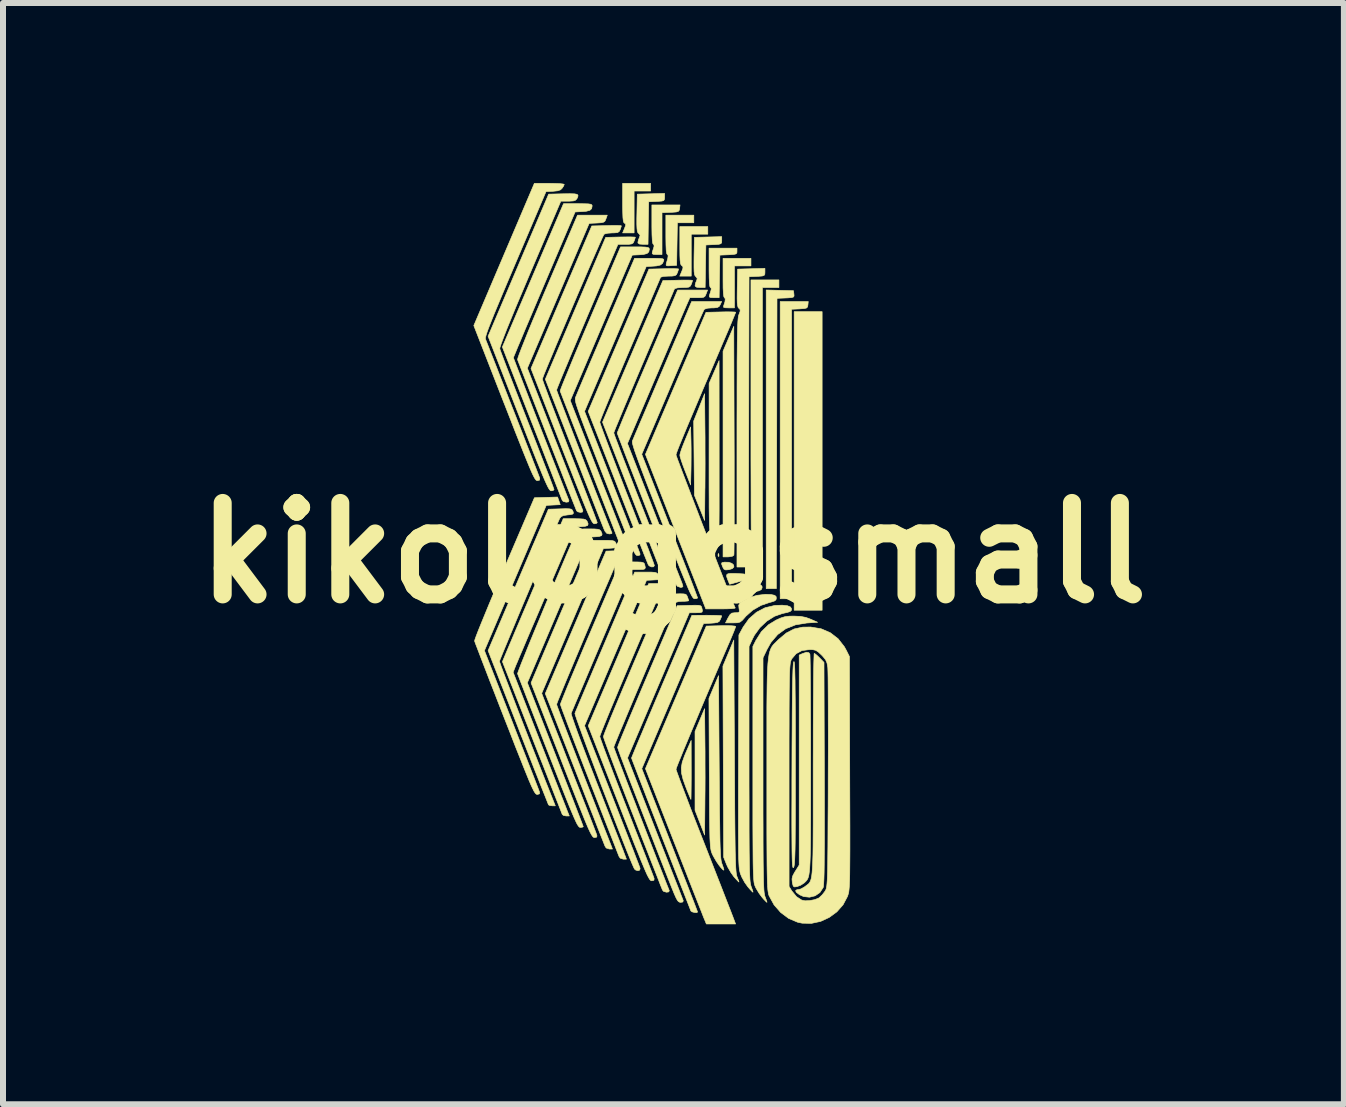
<source format=kicad_pcb>
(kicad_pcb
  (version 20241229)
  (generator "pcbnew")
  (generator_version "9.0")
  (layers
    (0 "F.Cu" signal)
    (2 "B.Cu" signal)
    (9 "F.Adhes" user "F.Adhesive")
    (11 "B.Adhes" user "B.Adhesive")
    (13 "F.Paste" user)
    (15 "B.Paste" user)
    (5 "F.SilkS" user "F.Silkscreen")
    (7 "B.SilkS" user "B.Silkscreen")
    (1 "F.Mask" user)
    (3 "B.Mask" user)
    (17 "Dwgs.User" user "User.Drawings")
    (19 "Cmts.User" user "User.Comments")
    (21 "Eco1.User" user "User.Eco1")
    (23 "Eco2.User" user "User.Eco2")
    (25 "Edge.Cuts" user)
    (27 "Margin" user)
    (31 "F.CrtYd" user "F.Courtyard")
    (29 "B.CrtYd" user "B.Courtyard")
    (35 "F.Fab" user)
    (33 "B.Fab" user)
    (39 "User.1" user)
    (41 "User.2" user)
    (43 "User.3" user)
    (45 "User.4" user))
  (footprint "kikologosmall"
    (layer "F.Cu")
    (at 8.172 6.165)
    (property "Reference" "kikologosmall" (at 0 0 0) (layer "F.SilkS") (effects (font (size 1.524 1.524) (thickness 0.3))))
    (attr through_hole)
    (fp_poly (pts (xy 2.477 0.953) (xy 2.011 0.953) (xy 2.011 -4.022) (xy 2.477 -4.022) (xy 2.477 0.953)) (stroke (width 0.01) (type solid)) (fill yes) (layer "F.SilkS"))
    (fp_poly (pts (xy 0.755 0.017) (xy 0.758 0.05) (xy 0.754 0.058) (xy 0.744 0.051) (xy 0.743 0.03) (xy 0.748 0.007) (xy 0.755 0.017)) (stroke (width 0.01) (type solid)) (fill yes) (layer "F.SilkS"))
    (fp_poly (pts (xy 2.24 -4.133) (xy 2.234 -4.101) (xy 2.217 -4.083) (xy 2.181 -4.074) (xy 2.113 -4.069) (xy 2.101 -4.068) (xy 1.968 -4.062) (xy 1.968 0.762) (xy 1.778 0.762) (xy 1.778 -4.191) (xy 2.246 -4.191) (xy 2.24 -4.133)) (stroke (width 0.01) (type solid)) (fill yes) (layer "F.SilkS"))
    (fp_poly (pts (xy 0.524 -2.12) (xy 0.526 -1.931) (xy 0.526 -1.718) (xy 0.527 -1.497) (xy 0.526 -1.283) (xy 0.525 -1.092) (xy 0.524 -1.063) (xy 0.519 -0.542) (xy 0.349 -0.963) (xy 0.343 -1.581) (xy 0.337 -2.2) (xy 0.428 -2.427) (xy 0.519 -2.655) (xy 0.524 -2.12)) (stroke (width 0.01) (type solid)) (fill yes) (layer "F.SilkS"))
    (fp_poly (pts (xy 1.773 -4.377) (xy 2 -4.371) (xy 2.007 -4.314) (xy 2.009 -4.283) (xy 1.999 -4.266) (xy 1.969 -4.257) (xy 1.911 -4.252) (xy 1.869 -4.25) (xy 1.725 -4.244) (xy 1.72 -1.826) (xy 1.714 0.593) (xy 1.545 0.593) (xy 1.545 -4.383) (xy 1.773 -4.377)) (stroke (width 0.01) (type solid)) (fill yes) (layer "F.SilkS"))
    (fp_poly (pts (xy 0.524 3.115) (xy 0.526 3.301) (xy 0.526 3.513) (xy 0.527 3.735) (xy 0.526 3.951) (xy 0.524 4.144) (xy 0.524 4.169) (xy 0.519 4.699) (xy 0.439 4.493) (xy 0.359 4.286) (xy 0.359 3.63) (xy 0.359 2.974) (xy 0.439 2.783) (xy 0.519 2.593) (xy 0.524 3.115)) (stroke (width 0.01) (type solid)) (fill yes) (layer "F.SilkS"))
    (fp_poly (pts (xy 0.919 0.154) (xy 0.973 0.172) (xy 1.003 0.2) (xy 1.007 0.232) (xy 0.98 0.26) (xy 0.925 0.277) (xy 0.871 0.282) (xy 0.842 0.27) (xy 0.82 0.232) (xy 0.817 0.224) (xy 0.801 0.18) (xy 0.808 0.16) (xy 0.843 0.153) (xy 0.846 0.152) (xy 0.919 0.154)) (stroke (width 0.01) (type solid)) (fill yes) (layer "F.SilkS"))
    (fp_poly (pts (xy -0.381 -6.032) (xy -0.656 -6.032) (xy -0.656 -5.334) (xy -0.847 -5.334) (xy -0.816 -5.409) (xy -0.797 -5.459) (xy -0.798 -5.484) (xy -0.816 -5.496) (xy -0.828 -5.508) (xy -0.836 -5.536) (xy -0.842 -5.586) (xy -0.845 -5.665) (xy -0.847 -5.778) (xy -0.847 -5.834) (xy -0.847 -6.16) (xy -0.381 -6.16) (xy -0.381 -6.032)) (stroke (width 0.01) (type solid)) (fill yes) (layer "F.SilkS"))
    (fp_poly (pts (xy 0.292 -1.866) (xy 0.294 -1.74) (xy 0.294 -1.594) (xy 0.293 -1.452) (xy 0.292 -1.383) (xy 0.286 -1.134) (xy 0.196 -1.362) (xy 0.16 -1.456) (xy 0.131 -1.539) (xy 0.112 -1.601) (xy 0.106 -1.631) (xy 0.114 -1.667) (xy 0.135 -1.732) (xy 0.167 -1.815) (xy 0.196 -1.887) (xy 0.286 -2.101) (xy 0.292 -1.866)) (stroke (width 0.01) (type solid)) (fill yes) (layer "F.SilkS"))
    (fp_poly (pts (xy 0.572 -5.313) (xy 0.296 -5.313) (xy 0.296 -4.614) (xy 0.105 -4.614) (xy 0.138 -4.693) (xy 0.157 -4.744) (xy 0.158 -4.771) (xy 0.14 -4.788) (xy 0.138 -4.789) (xy 0.125 -4.803) (xy 0.116 -4.831) (xy 0.11 -4.882) (xy 0.107 -4.959) (xy 0.106 -5.07) (xy 0.106 -5.123) (xy 0.106 -5.44) (xy 0.572 -5.44) (xy 0.572 -5.313)) (stroke (width 0.01) (type solid)) (fill yes) (layer "F.SilkS"))
    (fp_poly (pts (xy 0.296 3.614) (xy 0.296 3.753) (xy 0.295 3.877) (xy 0.294 3.98) (xy 0.293 4.056) (xy 0.292 4.099) (xy 0.291 4.106) (xy 0.282 4.088) (xy 0.261 4.038) (xy 0.231 3.965) (xy 0.206 3.9) (xy 0.16 3.773) (xy 0.135 3.67) (xy 0.13 3.579) (xy 0.146 3.487) (xy 0.183 3.382) (xy 0.212 3.313) (xy 0.295 3.122) (xy 0.296 3.614)) (stroke (width 0.01) (type solid)) (fill yes) (layer "F.SilkS"))
    (fp_poly (pts (xy 1.039 0.341) (xy 1.081 0.343) (xy 1.163 0.348) (xy 1.211 0.355) (xy 1.235 0.368) (xy 1.244 0.389) (xy 1.244 0.392) (xy 1.241 0.415) (xy 1.221 0.434) (xy 1.174 0.453) (xy 1.094 0.477) (xy 1.092 0.477) (xy 0.935 0.521) (xy 0.902 0.439) (xy 0.886 0.393) (xy 0.886 0.363) (xy 0.907 0.346) (xy 0.956 0.34) (xy 1.039 0.341)) (stroke (width 0.01) (type solid)) (fill yes) (layer "F.SilkS"))
    (fp_poly (pts (xy 1.011 -1.884) (xy 1.012 -1.604) (xy 1.012 -1.336) (xy 1.012 -1.083) (xy 1.012 -0.848) (xy 1.012 -0.634) (xy 1.012 -0.444) (xy 1.011 -0.281) (xy 1.01 -0.149) (xy 1.009 -0.049) (xy 1.008 0.014) (xy 1.006 0.037) (xy 0.98 0.054) (xy 0.926 0.063) (xy 0.911 0.064) (xy 0.826 0.064) (xy 0.826 -3.362) (xy 0.915 -3.57) (xy 1.005 -3.778) (xy 1.011 -1.884)) (stroke (width 0.01) (type solid)) (fill yes) (layer "F.SilkS"))
    (fp_poly (pts (xy 1.291 -4.784) (xy 1.016 -4.784) (xy 1.016 -4.085) (xy 0.918 -4.085) (xy 0.86 -4.087) (xy 0.834 -4.096) (xy 0.834 -4.115) (xy 0.837 -4.122) (xy 0.858 -4.187) (xy 0.863 -4.235) (xy 0.851 -4.254) (xy 0.849 -4.255) (xy 0.839 -4.272) (xy 0.832 -4.324) (xy 0.827 -4.415) (xy 0.826 -4.545) (xy 0.826 -4.583) (xy 0.826 -4.911) (xy 1.291 -4.911) (xy 1.291 -4.784)) (stroke (width 0.01) (type solid)) (fill yes) (layer "F.SilkS"))
    (fp_poly (pts (xy 0.339 -5.503) (xy 0.065 -5.503) (xy 0.059 -5.149) (xy 0.053 -4.794) (xy -0.04 -4.788) (xy -0.097 -4.785) (xy -0.121 -4.792) (xy -0.122 -4.813) (xy -0.118 -4.83) (xy -0.095 -4.909) (xy -0.089 -4.954) (xy -0.097 -4.973) (xy -0.103 -4.974) (xy -0.113 -4.991) (xy -0.121 -5.044) (xy -0.125 -5.134) (xy -0.127 -5.264) (xy -0.127 -5.302) (xy -0.127 -5.63) (xy 0.339 -5.63) (xy 0.339 -5.503)) (stroke (width 0.01) (type solid)) (fill yes) (layer "F.SilkS"))
    (fp_poly (pts (xy 1.757 -4.424) (xy 1.482 -4.424) (xy 1.482 0.423) (xy 1.401 0.423) (xy 1.345 0.42) (xy 1.309 0.412) (xy 1.305 0.409) (xy 1.303 0.387) (xy 1.302 0.324) (xy 1.3 0.225) (xy 1.298 0.091) (xy 1.297 -0.074) (xy 1.296 -0.269) (xy 1.294 -0.49) (xy 1.293 -0.735) (xy 1.293 -1.001) (xy 1.292 -1.286) (xy 1.291 -1.586) (xy 1.291 -1.9) (xy 1.291 -2.078) (xy 1.291 -4.551) (xy 1.757 -4.551) (xy 1.757 -4.424)) (stroke (width 0.01) (type solid)) (fill yes) (layer "F.SilkS"))
    (fp_poly (pts (xy 0.102 -5.741) (xy 0.096 -5.711) (xy 0.081 -5.693) (xy 0.047 -5.683) (xy -0.017 -5.678) (xy -0.048 -5.677) (xy -0.191 -5.671) (xy -0.191 -4.974) (xy -0.278 -4.974) (xy -0.332 -4.976) (xy -0.354 -4.987) (xy -0.353 -5.012) (xy -0.35 -5.022) (xy -0.333 -5.077) (xy -0.324 -5.106) (xy -0.325 -5.137) (xy -0.336 -5.144) (xy -0.346 -5.161) (xy -0.353 -5.213) (xy -0.358 -5.304) (xy -0.36 -5.434) (xy -0.36 -5.472) (xy -0.36 -5.8) (xy 0.109 -5.8) (xy 0.102 -5.741)) (stroke (width 0.01) (type solid)) (fill yes) (layer "F.SilkS"))
    (fp_poly (pts (xy 1.058 -5.028) (xy 1.056 -5) (xy 1.041 -4.984) (xy 1.006 -4.976) (xy 0.94 -4.971) (xy 0.915 -4.97) (xy 0.773 -4.964) (xy 0.767 -4.609) (xy 0.761 -4.255) (xy 0.674 -4.255) (xy 0.62 -4.257) (xy 0.598 -4.267) (xy 0.599 -4.293) (xy 0.602 -4.302) (xy 0.619 -4.357) (xy 0.628 -4.387) (xy 0.628 -4.417) (xy 0.616 -4.424) (xy 0.606 -4.441) (xy 0.599 -4.494) (xy 0.595 -4.584) (xy 0.593 -4.714) (xy 0.593 -4.752) (xy 0.593 -5.08) (xy 1.058 -5.08) (xy 1.058 -5.028)) (stroke (width 0.01) (type solid)) (fill yes) (layer "F.SilkS"))
    (fp_poly (pts (xy 1.387 0.513) (xy 1.447 0.527) (xy 1.475 0.552) (xy 1.477 0.579) (xy 1.462 0.611) (xy 1.419 0.631) (xy 1.383 0.638) (xy 1.314 0.657) (xy 1.232 0.689) (xy 1.182 0.713) (xy 1.12 0.746) (xy 1.072 0.77) (xy 1.054 0.779) (xy 1.037 0.766) (xy 1.014 0.725) (xy 1.006 0.708) (xy 0.985 0.651) (xy 0.974 0.608) (xy 0.974 0.601) (xy 0.993 0.579) (xy 1.043 0.555) (xy 1.114 0.533) (xy 1.194 0.516) (xy 1.273 0.509) (xy 1.29 0.508) (xy 1.387 0.513)) (stroke (width 0.01) (type solid)) (fill yes) (layer "F.SilkS"))
    (fp_poly (pts (xy 0.804 -5.209) (xy 0.803 -5.174) (xy 0.791 -5.155) (xy 0.759 -5.145) (xy 0.698 -5.14) (xy 0.672 -5.139) (xy 0.54 -5.133) (xy 0.534 -4.778) (xy 0.528 -4.424) (xy 0.444 -4.424) (xy 0.386 -4.429) (xy 0.362 -4.446) (xy 0.36 -4.457) (xy 0.369 -4.502) (xy 0.384 -4.535) (xy 0.396 -4.574) (xy 0.376 -4.602) (xy 0.373 -4.605) (xy 0.359 -4.62) (xy 0.35 -4.646) (xy 0.344 -4.69) (xy 0.342 -4.758) (xy 0.342 -4.857) (xy 0.343 -4.945) (xy 0.349 -5.26) (xy 0.804 -5.272) (xy 0.804 -5.209)) (stroke (width 0.01) (type solid)) (fill yes) (layer "F.SilkS"))
    (fp_poly (pts (xy -0.148 -5.928) (xy -0.15 -5.894) (xy -0.162 -5.874) (xy -0.193 -5.865) (xy -0.255 -5.86) (xy -0.28 -5.859) (xy -0.413 -5.853) (xy -0.419 -5.498) (xy -0.424 -5.144) (xy -0.509 -5.144) (xy -0.566 -5.148) (xy -0.591 -5.165) (xy -0.593 -5.177) (xy -0.583 -5.221) (xy -0.569 -5.254) (xy -0.556 -5.294) (xy -0.577 -5.322) (xy -0.58 -5.324) (xy -0.594 -5.339) (xy -0.603 -5.366) (xy -0.608 -5.409) (xy -0.611 -5.477) (xy -0.611 -5.576) (xy -0.609 -5.665) (xy -0.603 -5.98) (xy -0.376 -5.986) (xy -0.148 -5.992) (xy -0.148 -5.928)) (stroke (width 0.01) (type solid)) (fill yes) (layer "F.SilkS"))
    (fp_poly (pts (xy 1.016 3.387) (xy 1.018 3.719) (xy 1.02 4.012) (xy 1.021 4.268) (xy 1.023 4.489) (xy 1.025 4.678) (xy 1.027 4.839) (xy 1.029 4.972) (xy 1.032 5.082) (xy 1.035 5.171) (xy 1.038 5.241) (xy 1.042 5.295) (xy 1.046 5.335) (xy 1.051 5.365) (xy 1.057 5.387) (xy 1.063 5.403) (xy 1.083 5.452) (xy 1.091 5.48) (xy 1.091 5.482) (xy 1.074 5.467) (xy 1.039 5.43) (xy 1.007 5.394) (xy 0.955 5.321) (xy 0.905 5.234) (xy 0.884 5.188) (xy 0.836 5.069) (xy 0.83 3.477) (xy 0.824 1.884) (xy 0.915 1.667) (xy 1.005 1.45) (xy 1.016 3.387)) (stroke (width 0.01) (type solid)) (fill yes) (layer "F.SilkS"))
    (fp_poly (pts (xy 1.627 0.692) (xy 1.684 0.704) (xy 1.709 0.723) (xy 1.714 0.751) (xy 1.708 0.78) (xy 1.681 0.8) (xy 1.625 0.818) (xy 1.603 0.823) (xy 1.457 0.873) (xy 1.319 0.953) (xy 1.205 1.054) (xy 1.193 1.069) (xy 1.146 1.122) (xy 1.108 1.151) (xy 1.064 1.162) (xy 0.995 1.164) (xy 0.99 1.164) (xy 0.867 1.164) (xy 0.91 1.079) (xy 0.942 1.026) (xy 0.973 1.001) (xy 1.02 0.995) (xy 1.029 0.995) (xy 1.079 0.993) (xy 1.098 0.977) (xy 1.095 0.938) (xy 1.092 0.923) (xy 1.087 0.869) (xy 1.106 0.834) (xy 1.14 0.807) (xy 1.254 0.746) (xy 1.391 0.705) (xy 1.533 0.688) (xy 1.627 0.692)) (stroke (width 0.01) (type solid)) (fill yes) (layer "F.SilkS"))
    (fp_poly (pts (xy 0.761 -1.667) (xy 0.761 -1.375) (xy 0.761 -1.122) (xy 0.761 -0.906) (xy 0.761 -0.724) (xy 0.76 -0.572) (xy 0.759 -0.449) (xy 0.757 -0.35) (xy 0.754 -0.274) (xy 0.751 -0.218) (xy 0.748 -0.178) (xy 0.743 -0.152) (xy 0.738 -0.137) (xy 0.732 -0.129) (xy 0.725 -0.127) (xy 0.722 -0.127) (xy 0.69 -0.144) (xy 0.656 -0.196) (xy 0.638 -0.236) (xy 0.628 -0.259) (xy 0.62 -0.284) (xy 0.614 -0.312) (xy 0.608 -0.348) (xy 0.604 -0.394) (xy 0.6 -0.455) (xy 0.598 -0.534) (xy 0.596 -0.635) (xy 0.594 -0.76) (xy 0.594 -0.914) (xy 0.593 -1.099) (xy 0.593 -1.32) (xy 0.593 -1.579) (xy 0.593 -1.585) (xy 0.594 -2.826) (xy 0.677 -3.016) (xy 0.76 -3.207) (xy 0.761 -1.667)) (stroke (width 0.01) (type solid)) (fill yes) (layer "F.SilkS"))
    (fp_poly (pts (xy 1.524 -4.68) (xy 1.522 -4.645) (xy 1.51 -4.626) (xy 1.479 -4.616) (xy 1.417 -4.611) (xy 1.392 -4.61) (xy 1.259 -4.604) (xy 1.254 -2.185) (xy 1.249 0.233) (xy 1.058 0.233) (xy 1.058 -1.832) (xy 1.058 -2.178) (xy 1.059 -2.484) (xy 1.059 -2.752) (xy 1.06 -2.986) (xy 1.06 -3.188) (xy 1.062 -3.36) (xy 1.063 -3.504) (xy 1.065 -3.624) (xy 1.067 -3.721) (xy 1.07 -3.799) (xy 1.073 -3.859) (xy 1.077 -3.904) (xy 1.081 -3.937) (xy 1.086 -3.961) (xy 1.091 -3.974) (xy 1.11 -4.026) (xy 1.111 -4.055) (xy 1.093 -4.075) (xy 1.09 -4.077) (xy 1.077 -4.092) (xy 1.069 -4.121) (xy 1.063 -4.168) (xy 1.061 -4.241) (xy 1.062 -4.347) (xy 1.063 -4.416) (xy 1.069 -4.731) (xy 1.296 -4.737) (xy 1.524 -4.743) (xy 1.524 -4.68)) (stroke (width 0.01) (type solid)) (fill yes) (layer "F.SilkS"))
    (fp_poly (pts (xy 0.762 3.567) (xy 0.764 3.86) (xy 0.766 4.113) (xy 0.768 4.331) (xy 0.771 4.515) (xy 0.773 4.669) (xy 0.775 4.796) (xy 0.778 4.899) (xy 0.782 4.98) (xy 0.785 5.044) (xy 0.79 5.093) (xy 0.795 5.129) (xy 0.801 5.157) (xy 0.808 5.179) (xy 0.81 5.184) (xy 0.83 5.24) (xy 0.84 5.278) (xy 0.839 5.285) (xy 0.822 5.275) (xy 0.789 5.24) (xy 0.765 5.211) (xy 0.715 5.139) (xy 0.667 5.056) (xy 0.651 5.025) (xy 0.641 5.002) (xy 0.633 4.98) (xy 0.626 4.955) (xy 0.62 4.922) (xy 0.615 4.88) (xy 0.611 4.823) (xy 0.607 4.75) (xy 0.605 4.655) (xy 0.603 4.537) (xy 0.601 4.391) (xy 0.6 4.214) (xy 0.599 4.003) (xy 0.598 3.753) (xy 0.597 3.673) (xy 0.591 2.424) (xy 0.671 2.233) (xy 0.751 2.043) (xy 0.762 3.567)) (stroke (width 0.01) (type solid)) (fill yes) (layer "F.SilkS"))
    (fp_poly (pts (xy 2.256 1.661) (xy 2.273 1.684) (xy 2.275 1.71) (xy 2.277 1.775) (xy 2.279 1.876) (xy 2.28 2.01) (xy 2.282 2.174) (xy 2.283 2.364) (xy 2.284 2.578) (xy 2.285 2.812) (xy 2.286 3.063) (xy 2.286 3.328) (xy 2.286 3.516) (xy 2.286 3.841) (xy 2.286 4.126) (xy 2.286 4.374) (xy 2.285 4.588) (xy 2.284 4.771) (xy 2.282 4.925) (xy 2.279 5.053) (xy 2.275 5.158) (xy 2.27 5.242) (xy 2.264 5.308) (xy 2.257 5.359) (xy 2.248 5.398) (xy 2.237 5.427) (xy 2.224 5.449) (xy 2.209 5.467) (xy 2.192 5.484) (xy 2.177 5.498) (xy 2.118 5.536) (xy 2.06 5.558) (xy 2.017 5.564) (xy 1.996 5.551) (xy 1.984 5.509) (xy 1.98 5.487) (xy 1.975 5.431) (xy 1.986 5.382) (xy 2.018 5.321) (xy 2.031 5.301) (xy 2.095 5.199) (xy 2.095 1.7) (xy 2.149 1.676) (xy 2.216 1.653) (xy 2.256 1.661)) (stroke (width 0.01) (type solid)) (fill yes) (layer "F.SilkS"))
    (fp_poly (pts (xy -1.125 -5.568) (xy -1.14 -5.533) (xy -1.162 -5.514) (xy -1.203 -5.504) (xy -1.275 -5.499) (xy -1.276 -5.499) (xy -1.405 -5.493) (xy -2.435 -3.08) (xy -1.977 -1.905) (xy -1.894 -1.693) (xy -1.816 -1.492) (xy -1.743 -1.306) (xy -1.678 -1.139) (xy -1.622 -0.994) (xy -1.575 -0.874) (xy -1.54 -0.784) (xy -1.517 -0.726) (xy -1.509 -0.704) (xy -1.517 -0.683) (xy -1.551 -0.677) (xy -1.595 -0.687) (xy -1.615 -0.704) (xy -1.636 -0.758) (xy -1.67 -0.843) (xy -1.715 -0.957) (xy -1.769 -1.094) (xy -1.83 -1.251) (xy -1.897 -1.423) (xy -1.969 -1.607) (xy -2.044 -1.798) (xy -2.12 -1.992) (xy -2.195 -2.186) (xy -2.269 -2.375) (xy -2.339 -2.555) (xy -2.404 -2.722) (xy -2.462 -2.871) (xy -2.512 -3) (xy -2.552 -3.103) (xy -2.581 -3.177) (xy -2.596 -3.217) (xy -2.598 -3.224) (xy -2.592 -3.25) (xy -2.57 -3.313) (xy -2.534 -3.408) (xy -2.484 -3.533) (xy -2.423 -3.686) (xy -2.35 -3.863) (xy -2.267 -4.06) (xy -2.176 -4.277) (xy -2.104 -4.446) (xy -1.599 -5.63) (xy -1.103 -5.63) (xy -1.125 -5.568)) (stroke (width 0.01) (type solid)) (fill yes) (layer "F.SilkS"))
    (fp_poly (pts (xy 0.965 -4.018) (xy 1.018 -4.016) (xy 1.037 -4.012) (xy 1.029 -3.991) (xy 1.006 -3.935) (xy 0.971 -3.85) (xy 0.925 -3.741) (xy 0.87 -3.613) (xy 0.809 -3.47) (xy 0.785 -3.413) (xy 0.648 -3.092) (xy 0.526 -2.809) (xy 0.42 -2.56) (xy 0.329 -2.345) (xy 0.252 -2.163) (xy 0.188 -2.01) (xy 0.137 -1.886) (xy 0.097 -1.789) (xy 0.069 -1.717) (xy 0.051 -1.668) (xy 0.043 -1.641) (xy 0.042 -1.635) (xy 0.05 -1.612) (xy 0.071 -1.553) (xy 0.105 -1.463) (xy 0.149 -1.346) (xy 0.203 -1.205) (xy 0.264 -1.046) (xy 0.331 -0.871) (xy 0.402 -0.686) (xy 0.476 -0.493) (xy 0.552 -0.298) (xy 0.627 -0.104) (xy 0.7 0.084) (xy 0.77 0.263) (xy 0.835 0.429) (xy 0.893 0.577) (xy 0.943 0.703) (xy 0.984 0.804) (xy 1.012 0.875) (xy 1.028 0.912) (xy 1.03 0.915) (xy 1.014 0.922) (xy 0.964 0.927) (xy 0.887 0.93) (xy 0.791 0.931) (xy 0.539 0.931) (xy 0.036 -0.356) (xy -0.467 -1.644) (xy 0.542 -4.011) (xy 0.789 -4.017) (xy 0.886 -4.019) (xy 0.965 -4.018)) (stroke (width 0.01) (type solid)) (fill yes) (layer "F.SilkS"))
    (fp_poly (pts (xy 2.014 1.828) (xy 2.018 1.866) (xy 2.021 1.927) (xy 2.023 2.013) (xy 2.026 2.126) (xy 2.027 2.268) (xy 2.029 2.441) (xy 2.03 2.648) (xy 2.031 2.891) (xy 2.031 3.172) (xy 2.031 3.483) (xy 2.031 3.797) (xy 2.031 4.072) (xy 2.031 4.309) (xy 2.03 4.512) (xy 2.029 4.684) (xy 2.028 4.826) (xy 2.026 4.943) (xy 2.023 5.035) (xy 2.02 5.107) (xy 2.017 5.16) (xy 2.013 5.198) (xy 2.008 5.223) (xy 2.002 5.237) (xy 2.001 5.24) (xy 1.995 5.244) (xy 1.99 5.238) (xy 1.986 5.22) (xy 1.982 5.187) (xy 1.979 5.137) (xy 1.977 5.066) (xy 1.975 4.973) (xy 1.974 4.855) (xy 1.973 4.709) (xy 1.972 4.534) (xy 1.972 4.325) (xy 1.973 4.081) (xy 1.973 3.799) (xy 1.974 3.567) (xy 1.975 3.238) (xy 1.977 2.949) (xy 1.978 2.699) (xy 1.98 2.484) (xy 1.982 2.304) (xy 1.985 2.155) (xy 1.988 2.035) (xy 1.991 1.943) (xy 1.995 1.877) (xy 1.999 1.834) (xy 2.004 1.812) (xy 2.005 1.81) (xy 2.01 1.81) (xy 2.014 1.828)) (stroke (width 0.01) (type solid)) (fill yes) (layer "F.SilkS"))
    (fp_poly (pts (xy -1.082 -0.211) (xy -1.024 -0.208) (xy -0.989 -0.199) (xy -0.97 -0.184) (xy -0.956 -0.159) (xy -0.956 -0.158) (xy -0.938 -0.116) (xy -0.931 -0.095) (xy -0.95 -0.09) (xy -1 -0.084) (xy -1.05 -0.08) (xy -1.168 -0.074) (xy -1.682 1.132) (xy -2.196 2.338) (xy -2.147 2.466) (xy -2.13 2.51) (xy -2.099 2.589) (xy -2.057 2.7) (xy -2.003 2.837) (xy -1.941 2.996) (xy -1.871 3.173) (xy -1.797 3.365) (xy -1.718 3.566) (xy -1.693 3.63) (xy -1.615 3.83) (xy -1.541 4.018) (xy -1.473 4.191) (xy -1.413 4.345) (xy -1.362 4.477) (xy -1.322 4.582) (xy -1.293 4.657) (xy -1.278 4.698) (xy -1.276 4.704) (xy -1.278 4.733) (xy -1.313 4.741) (xy -1.316 4.741) (xy -1.327 4.739) (xy -1.339 4.732) (xy -1.352 4.716) (xy -1.369 4.689) (xy -1.39 4.649) (xy -1.417 4.591) (xy -1.45 4.514) (xy -1.491 4.415) (xy -1.541 4.29) (xy -1.602 4.137) (xy -1.674 3.954) (xy -1.759 3.737) (xy -1.858 3.484) (xy -1.87 3.452) (xy -2.373 2.164) (xy -1.869 0.976) (xy -1.365 -0.211) (xy -1.173 -0.211) (xy -1.082 -0.211)) (stroke (width 0.01) (type solid)) (fill yes) (layer "F.SilkS"))
    (fp_poly (pts (xy 0.413 0.871) (xy 0.447 0.877) (xy 0.464 0.89) (xy 0.472 0.912) (xy 0.473 0.915) (xy 0.483 0.96) (xy 0.476 0.984) (xy 0.444 0.993) (xy 0.377 0.995) (xy 0.264 0.995) (xy -0.766 3.414) (xy -0.307 4.591) (xy -0.224 4.803) (xy -0.145 5.004) (xy -0.073 5.19) (xy -0.007 5.358) (xy 0.05 5.503) (xy 0.097 5.623) (xy 0.132 5.714) (xy 0.155 5.772) (xy 0.163 5.794) (xy 0.155 5.815) (xy 0.12 5.821) (xy 0.101 5.818) (xy 0.082 5.807) (xy 0.063 5.783) (xy 0.04 5.74) (xy 0.01 5.672) (xy -0.029 5.576) (xy -0.081 5.445) (xy -0.227 5.073) (xy -0.357 4.738) (xy -0.473 4.441) (xy -0.575 4.179) (xy -0.663 3.952) (xy -0.738 3.759) (xy -0.8 3.598) (xy -0.849 3.468) (xy -0.887 3.368) (xy -0.912 3.297) (xy -0.927 3.254) (xy -0.931 3.237) (xy -0.923 3.213) (xy -0.9 3.153) (xy -0.863 3.061) (xy -0.813 2.941) (xy -0.753 2.795) (xy -0.683 2.629) (xy -0.605 2.444) (xy -0.521 2.245) (xy -0.435 2.043) (xy 0.061 0.878) (xy 0.261 0.872) (xy 0.354 0.87) (xy 0.413 0.871)) (stroke (width 0.01) (type solid)) (fill yes) (layer "F.SilkS"))
    (fp_poly (pts (xy -1.909 -0.87) (xy -1.887 -0.806) (xy -2.003 -0.8) (xy -2.12 -0.794) (xy -2.635 0.416) (xy -3.15 1.626) (xy -2.697 2.785) (xy -2.615 2.996) (xy -2.537 3.196) (xy -2.465 3.381) (xy -2.4 3.548) (xy -2.343 3.694) (xy -2.297 3.813) (xy -2.262 3.904) (xy -2.24 3.962) (xy -2.232 3.983) (xy -2.232 4.012) (xy -2.263 4.022) (xy -2.271 4.022) (xy -2.282 4.02) (xy -2.294 4.012) (xy -2.307 3.996) (xy -2.324 3.969) (xy -2.345 3.928) (xy -2.372 3.87) (xy -2.406 3.792) (xy -2.447 3.691) (xy -2.498 3.565) (xy -2.559 3.411) (xy -2.633 3.226) (xy -2.718 3.006) (xy -2.814 2.762) (xy -2.9 2.542) (xy -2.981 2.333) (xy -3.057 2.139) (xy -3.125 1.962) (xy -3.185 1.807) (xy -3.235 1.676) (xy -3.274 1.574) (xy -3.301 1.504) (xy -3.313 1.469) (xy -3.314 1.466) (xy -3.308 1.44) (xy -3.286 1.379) (xy -3.25 1.286) (xy -3.201 1.165) (xy -3.141 1.019) (xy -3.072 0.851) (xy -2.994 0.666) (xy -2.91 0.466) (xy -2.82 0.255) (xy -2.82 0.254) (xy -2.317 -0.921) (xy -2.124 -0.927) (xy -1.931 -0.933) (xy -1.909 -0.87)) (stroke (width 0.01) (type solid)) (fill yes) (layer "F.SilkS"))
    (fp_poly (pts (xy 0.653 1.038) (xy 0.732 1.04) (xy 0.785 1.043) (xy 0.804 1.047) (xy 0.796 1.071) (xy 0.78 1.109) (xy 0.762 1.14) (xy 0.732 1.157) (xy 0.681 1.165) (xy 0.629 1.169) (xy 0.501 1.175) (xy -0.013 2.384) (xy -0.528 3.593) (xy -0.063 4.784) (xy 0.02 4.997) (xy 0.098 5.198) (xy 0.171 5.383) (xy 0.236 5.55) (xy 0.292 5.695) (xy 0.338 5.813) (xy 0.372 5.903) (xy 0.394 5.961) (xy 0.402 5.982) (xy 0.402 5.982) (xy 0.386 5.992) (xy 0.349 5.989) (xy 0.31 5.979) (xy 0.29 5.964) (xy 0.194 5.717) (xy 0.096 5.467) (xy -0.001 5.219) (xy -0.097 4.973) (xy -0.19 4.735) (xy -0.278 4.507) (xy -0.362 4.292) (xy -0.439 4.093) (xy -0.508 3.914) (xy -0.569 3.757) (xy -0.619 3.626) (xy -0.658 3.524) (xy -0.685 3.454) (xy -0.698 3.419) (xy -0.699 3.415) (xy -0.69 3.393) (xy -0.667 3.336) (xy -0.63 3.246) (xy -0.581 3.128) (xy -0.52 2.985) (xy -0.451 2.819) (xy -0.373 2.635) (xy -0.289 2.436) (xy -0.199 2.226) (xy -0.196 2.218) (xy 0.307 1.038) (xy 0.556 1.037) (xy 0.653 1.038)) (stroke (width 0.01) (type solid)) (fill yes) (layer "F.SilkS"))
    (fp_poly (pts (xy -1.649 -5.985) (xy -1.607 -5.977) (xy -1.591 -5.962) (xy -1.594 -5.936) (xy -1.609 -5.904) (xy -1.631 -5.88) (xy -1.669 -5.867) (xy -1.735 -5.863) (xy -1.754 -5.863) (xy -1.877 -5.863) (xy -2.391 -4.657) (xy -2.513 -4.368) (xy -2.619 -4.117) (xy -2.707 -3.903) (xy -2.779 -3.727) (xy -2.833 -3.588) (xy -2.871 -3.487) (xy -2.891 -3.425) (xy -2.894 -3.403) (xy -2.885 -3.375) (xy -2.861 -3.311) (xy -2.825 -3.215) (xy -2.778 -3.091) (xy -2.72 -2.942) (xy -2.654 -2.772) (xy -2.581 -2.584) (xy -2.503 -2.383) (xy -2.437 -2.214) (xy -2.355 -2.006) (xy -2.278 -1.809) (xy -2.208 -1.627) (xy -2.145 -1.464) (xy -2.09 -1.324) (xy -2.046 -1.209) (xy -2.014 -1.124) (xy -1.995 -1.071) (xy -1.99 -1.056) (xy -2.008 -1.041) (xy -2.037 -1.037) (xy -2.048 -1.04) (xy -2.06 -1.05) (xy -2.075 -1.07) (xy -2.093 -1.102) (xy -2.116 -1.15) (xy -2.146 -1.216) (xy -2.183 -1.303) (xy -2.228 -1.414) (xy -2.284 -1.551) (xy -2.35 -1.718) (xy -2.428 -1.917) (xy -2.519 -2.151) (xy -2.587 -2.324) (xy -3.089 -3.611) (xy -2.08 -5.98) (xy -1.834 -5.986) (xy -1.723 -5.987) (xy -1.649 -5.985)) (stroke (width 0.01) (type solid)) (fill yes) (layer "F.SilkS"))
    (fp_poly (pts (xy -0.372 0.318) (xy -0.316 0.322) (xy -0.282 0.331) (xy -0.262 0.348) (xy -0.245 0.377) (xy -0.244 0.38) (xy -0.212 0.442) (xy -0.331 0.449) (xy -0.449 0.455) (xy -0.966 1.666) (xy -1.482 2.877) (xy -1.024 4.047) (xy -0.941 4.259) (xy -0.863 4.46) (xy -0.79 4.646) (xy -0.725 4.814) (xy -0.668 4.96) (xy -0.622 5.081) (xy -0.586 5.173) (xy -0.564 5.232) (xy -0.556 5.255) (xy -0.563 5.283) (xy -0.592 5.293) (xy -0.629 5.283) (xy -0.65 5.265) (xy -0.664 5.236) (xy -0.692 5.172) (xy -0.731 5.078) (xy -0.78 4.956) (xy -0.837 4.812) (xy -0.901 4.649) (xy -0.97 4.472) (xy -1.043 4.284) (xy -1.118 4.089) (xy -1.194 3.893) (xy -1.268 3.697) (xy -1.34 3.507) (xy -1.408 3.327) (xy -1.47 3.161) (xy -1.525 3.012) (xy -1.571 2.885) (xy -1.607 2.784) (xy -1.631 2.713) (xy -1.642 2.676) (xy -1.642 2.672) (xy -1.632 2.646) (xy -1.606 2.585) (xy -1.567 2.492) (xy -1.516 2.371) (xy -1.454 2.224) (xy -1.383 2.057) (xy -1.305 1.872) (xy -1.22 1.672) (xy -1.137 1.477) (xy -0.646 0.318) (xy -0.461 0.318) (xy -0.372 0.318)) (stroke (width 0.01) (type solid)) (fill yes) (layer "F.SilkS"))
    (fp_poly (pts (xy -1.489 -5.82) (xy -1.421 -5.818) (xy -1.38 -5.812) (xy -1.361 -5.802) (xy -1.355 -5.787) (xy -1.355 -5.784) (xy -1.364 -5.738) (xy -1.394 -5.71) (xy -1.453 -5.695) (xy -1.513 -5.69) (xy -1.639 -5.683) (xy -2.153 -4.477) (xy -2.244 -4.263) (xy -2.329 -4.062) (xy -2.408 -3.875) (xy -2.48 -3.706) (xy -2.541 -3.559) (xy -2.593 -3.437) (xy -2.631 -3.344) (xy -2.657 -3.282) (xy -2.667 -3.255) (xy -2.667 -3.255) (xy -2.66 -3.234) (xy -2.638 -3.177) (xy -2.605 -3.09) (xy -2.561 -2.976) (xy -2.508 -2.838) (xy -2.448 -2.683) (xy -2.382 -2.512) (xy -2.312 -2.331) (xy -2.239 -2.144) (xy -2.165 -1.955) (xy -2.092 -1.768) (xy -2.022 -1.587) (xy -1.955 -1.416) (xy -1.894 -1.26) (xy -1.84 -1.122) (xy -1.795 -1.007) (xy -1.76 -0.919) (xy -1.742 -0.873) (xy -1.75 -0.852) (xy -1.787 -0.847) (xy -1.837 -0.86) (xy -1.856 -0.884) (xy -1.866 -0.909) (xy -1.89 -0.971) (xy -1.927 -1.066) (xy -1.975 -1.189) (xy -2.033 -1.338) (xy -2.1 -1.509) (xy -2.174 -1.7) (xy -2.254 -1.905) (xy -2.339 -2.122) (xy -2.361 -2.177) (xy -2.851 -3.433) (xy -1.832 -5.821) (xy -1.593 -5.821) (xy -1.489 -5.82)) (stroke (width 0.01) (type solid)) (fill yes) (layer "F.SilkS"))
    (fp_poly (pts (xy 2.369 1.686) (xy 2.409 1.722) (xy 2.435 1.747) (xy 2.508 1.823) (xy 2.514 3.668) (xy 2.515 4.019) (xy 2.515 4.328) (xy 2.515 4.599) (xy 2.515 4.833) (xy 2.513 5.031) (xy 2.512 5.196) (xy 2.51 5.329) (xy 2.507 5.431) (xy 2.503 5.505) (xy 2.499 5.552) (xy 2.495 5.573) (xy 2.44 5.657) (xy 2.36 5.712) (xy 2.266 5.735) (xy 2.168 5.724) (xy 2.101 5.694) (xy 2.05 5.656) (xy 2.034 5.627) (xy 2.055 5.611) (xy 2.078 5.609) (xy 2.123 5.597) (xy 2.179 5.566) (xy 2.194 5.555) (xy 2.217 5.538) (xy 2.237 5.523) (xy 2.255 5.508) (xy 2.27 5.488) (xy 2.283 5.463) (xy 2.294 5.429) (xy 2.303 5.383) (xy 2.31 5.323) (xy 2.316 5.246) (xy 2.32 5.15) (xy 2.324 5.031) (xy 2.326 4.888) (xy 2.327 4.717) (xy 2.328 4.515) (xy 2.328 4.281) (xy 2.328 4.011) (xy 2.328 3.703) (xy 2.328 3.525) (xy 2.329 3.249) (xy 2.329 2.986) (xy 2.33 2.738) (xy 2.331 2.508) (xy 2.333 2.3) (xy 2.334 2.116) (xy 2.336 1.96) (xy 2.338 1.835) (xy 2.341 1.743) (xy 2.343 1.688) (xy 2.345 1.672) (xy 2.369 1.686)) (stroke (width 0.01) (type solid)) (fill yes) (layer "F.SilkS"))
    (fp_poly (pts (xy -1.558 -0.57) (xy -1.499 -0.566) (xy -1.465 -0.556) (xy -1.446 -0.54) (xy -1.44 -0.531) (xy -1.422 -0.486) (xy -1.43 -0.459) (xy -1.47 -0.446) (xy -1.529 -0.44) (xy -1.64 -0.434) (xy -2.121 0.688) (xy -2.21 0.896) (xy -2.295 1.095) (xy -2.375 1.28) (xy -2.447 1.449) (xy -2.509 1.596) (xy -2.562 1.719) (xy -2.601 1.813) (xy -2.628 1.875) (xy -2.637 1.898) (xy -2.672 1.987) (xy -2.244 3.084) (xy -2.162 3.292) (xy -2.085 3.49) (xy -2.013 3.675) (xy -1.947 3.843) (xy -1.89 3.99) (xy -1.842 4.112) (xy -1.806 4.204) (xy -1.783 4.263) (xy -1.776 4.281) (xy -1.736 4.381) (xy -1.79 4.381) (xy -1.834 4.372) (xy -1.853 4.355) (xy -1.863 4.331) (xy -1.886 4.271) (xy -1.922 4.179) (xy -1.97 4.057) (xy -2.028 3.909) (xy -2.094 3.739) (xy -2.168 3.55) (xy -2.249 3.346) (xy -2.334 3.129) (xy -2.357 3.069) (xy -2.85 1.81) (xy -2.761 1.598) (xy -2.735 1.536) (xy -2.694 1.44) (xy -2.641 1.314) (xy -2.577 1.164) (xy -2.505 0.994) (xy -2.426 0.81) (xy -2.344 0.615) (xy -2.258 0.415) (xy -2.255 0.407) (xy -1.837 -0.572) (xy -1.65 -0.572) (xy -1.558 -0.57)) (stroke (width 0.01) (type solid)) (fill yes) (layer "F.SilkS"))
    (fp_poly (pts (xy 0.967 1.212) (xy 1.019 1.217) (xy 1.037 1.223) (xy 1.029 1.248) (xy 1.007 1.305) (xy 0.974 1.385) (xy 0.933 1.482) (xy 0.913 1.527) (xy 0.824 1.733) (xy 0.733 1.945) (xy 0.642 2.158) (xy 0.552 2.37) (xy 0.464 2.577) (xy 0.381 2.775) (xy 0.303 2.96) (xy 0.233 3.129) (xy 0.171 3.277) (xy 0.12 3.403) (xy 0.08 3.501) (xy 0.054 3.568) (xy 0.043 3.601) (xy 0.042 3.603) (xy 0.05 3.629) (xy 0.072 3.69) (xy 0.106 3.783) (xy 0.152 3.905) (xy 0.208 4.052) (xy 0.272 4.221) (xy 0.344 4.407) (xy 0.422 4.607) (xy 0.489 4.777) (xy 0.572 4.989) (xy 0.652 5.194) (xy 0.727 5.386) (xy 0.796 5.562) (xy 0.856 5.717) (xy 0.907 5.848) (xy 0.947 5.95) (xy 0.974 6.02) (xy 0.985 6.048) (xy 1.035 6.181) (xy 0.548 6.181) (xy 0.515 6.101) (xy 0.501 6.068) (xy 0.474 5.998) (xy 0.434 5.897) (xy 0.383 5.767) (xy 0.322 5.612) (xy 0.253 5.436) (xy 0.178 5.243) (xy 0.097 5.036) (xy 0.012 4.819) (xy 0.007 4.807) (xy -0.467 3.593) (xy 0.04 2.405) (xy 0.547 1.217) (xy 0.792 1.211) (xy 0.888 1.21) (xy 0.967 1.212)) (stroke (width 0.01) (type solid)) (fill yes) (layer "F.SilkS"))
    (fp_poly (pts (xy -1.972 -6.158) (xy -1.893 -6.155) (xy -1.84 -6.149) (xy -1.82 -6.143) (xy -1.831 -6.115) (xy -1.853 -6.081) (xy -1.882 -6.052) (xy -1.929 -6.036) (xy -2.004 -6.028) (xy -2.124 -6.022) (xy -2.637 -4.818) (xy -2.748 -4.557) (xy -2.843 -4.332) (xy -2.922 -4.142) (xy -2.988 -3.984) (xy -3.04 -3.854) (xy -3.08 -3.752) (xy -3.108 -3.675) (xy -3.125 -3.62) (xy -3.134 -3.585) (xy -3.133 -3.569) (xy -3.123 -3.541) (xy -3.098 -3.478) (xy -3.061 -3.383) (xy -3.012 -3.259) (xy -2.954 -3.111) (xy -2.888 -2.941) (xy -2.815 -2.755) (xy -2.737 -2.554) (xy -2.677 -2.402) (xy -2.596 -2.195) (xy -2.519 -1.998) (xy -2.449 -1.817) (xy -2.385 -1.654) (xy -2.331 -1.513) (xy -2.286 -1.398) (xy -2.253 -1.312) (xy -2.233 -1.259) (xy -2.228 -1.244) (xy -2.231 -1.215) (xy -2.266 -1.207) (xy -2.268 -1.206) (xy -2.279 -1.209) (xy -2.29 -1.216) (xy -2.304 -1.233) (xy -2.321 -1.261) (xy -2.343 -1.304) (xy -2.37 -1.363) (xy -2.404 -1.443) (xy -2.446 -1.545) (xy -2.498 -1.673) (xy -2.56 -1.829) (xy -2.634 -2.015) (xy -2.72 -2.236) (xy -2.821 -2.494) (xy -2.823 -2.498) (xy -3.327 -3.79) (xy -2.318 -6.16) (xy -2.069 -6.16) (xy -1.972 -6.158)) (stroke (width 0.01) (type solid)) (fill yes) (layer "F.SilkS"))
    (fp_poly (pts (xy -0.706 -5.267) (xy -0.654 -5.265) (xy -0.635 -5.262) (xy -0.642 -5.237) (xy -0.656 -5.198) (xy -0.671 -5.167) (xy -0.696 -5.151) (xy -0.741 -5.144) (xy -0.801 -5.144) (xy -0.925 -5.144) (xy -1.437 -3.942) (xy -1.527 -3.729) (xy -1.613 -3.527) (xy -1.692 -3.34) (xy -1.762 -3.171) (xy -1.824 -3.024) (xy -1.875 -2.901) (xy -1.913 -2.807) (xy -1.938 -2.744) (xy -1.948 -2.716) (xy -1.948 -2.716) (xy -1.94 -2.693) (xy -1.919 -2.635) (xy -1.885 -2.546) (xy -1.841 -2.43) (xy -1.788 -2.292) (xy -1.728 -2.135) (xy -1.662 -1.964) (xy -1.592 -1.783) (xy -1.52 -1.597) (xy -1.447 -1.408) (xy -1.374 -1.222) (xy -1.305 -1.043) (xy -1.239 -0.875) (xy -1.179 -0.722) (xy -1.127 -0.589) (xy -1.083 -0.479) (xy -1.05 -0.397) (xy -1.03 -0.347) (xy -1.023 -0.333) (xy -1.034 -0.322) (xy -1.069 -0.318) (xy -1.11 -0.327) (xy -1.14 -0.361) (xy -1.157 -0.396) (xy -1.17 -0.429) (xy -1.198 -0.499) (xy -1.238 -0.6) (xy -1.289 -0.73) (xy -1.349 -0.884) (xy -1.418 -1.06) (xy -1.494 -1.253) (xy -1.574 -1.46) (xy -1.659 -1.677) (xy -1.662 -1.685) (xy -2.135 -2.896) (xy -1.632 -4.078) (xy -1.129 -5.26) (xy -0.882 -5.266) (xy -0.785 -5.267) (xy -0.706 -5.267)) (stroke (width 0.01) (type solid)) (fill yes) (layer "F.SilkS"))
    (fp_poly (pts (xy -0.538 -5.101) (xy -0.469 -5.098) (xy -0.428 -5.092) (xy -0.408 -5.082) (xy -0.403 -5.067) (xy -0.402 -5.064) (xy -0.411 -5.018) (xy -0.441 -4.99) (xy -0.5 -4.975) (xy -0.561 -4.97) (xy -0.687 -4.964) (xy -1.204 -3.752) (xy -1.72 -2.54) (xy -1.263 -1.37) (xy -1.181 -1.158) (xy -1.102 -0.958) (xy -1.029 -0.771) (xy -0.964 -0.604) (xy -0.907 -0.458) (xy -0.86 -0.337) (xy -0.824 -0.245) (xy -0.801 -0.186) (xy -0.793 -0.164) (xy -0.791 -0.136) (xy -0.821 -0.127) (xy -0.832 -0.127) (xy -0.872 -0.137) (xy -0.901 -0.173) (xy -0.916 -0.206) (xy -0.936 -0.258) (xy -0.969 -0.341) (xy -1.012 -0.452) (xy -1.065 -0.587) (xy -1.126 -0.742) (xy -1.192 -0.912) (xy -1.263 -1.094) (xy -1.337 -1.284) (xy -1.412 -1.477) (xy -1.487 -1.669) (xy -1.56 -1.856) (xy -1.63 -2.035) (xy -1.695 -2.201) (xy -1.752 -2.35) (xy -1.802 -2.477) (xy -1.842 -2.58) (xy -1.87 -2.653) (xy -1.886 -2.693) (xy -1.888 -2.699) (xy -1.881 -2.722) (xy -1.859 -2.781) (xy -1.823 -2.871) (xy -1.774 -2.99) (xy -1.715 -3.134) (xy -1.646 -3.301) (xy -1.568 -3.485) (xy -1.484 -3.685) (xy -1.394 -3.896) (xy -1.388 -3.911) (xy -0.882 -5.101) (xy -0.642 -5.101) (xy -0.538 -5.101)) (stroke (width 0.01) (type solid)) (fill yes) (layer "F.SilkS"))
    (fp_poly (pts (xy -0.129 0.509) (xy -0.071 0.512) (xy -0.037 0.52) (xy -0.018 0.536) (xy -0.004 0.561) (xy -0.003 0.562) (xy 0.015 0.604) (xy 0.021 0.624) (xy 0.002 0.63) (xy -0.047 0.636) (xy -0.097 0.639) (xy -0.216 0.646) (xy -0.722 1.831) (xy -0.812 2.043) (xy -0.897 2.244) (xy -0.975 2.431) (xy -1.046 2.6) (xy -1.107 2.748) (xy -1.157 2.871) (xy -1.195 2.966) (xy -1.219 3.029) (xy -1.228 3.056) (xy -1.228 3.056) (xy -1.22 3.083) (xy -1.198 3.145) (xy -1.164 3.24) (xy -1.118 3.363) (xy -1.062 3.511) (xy -0.998 3.68) (xy -0.926 3.867) (xy -0.848 4.068) (xy -0.78 4.242) (xy -0.698 4.452) (xy -0.621 4.65) (xy -0.549 4.834) (xy -0.485 4.999) (xy -0.429 5.143) (xy -0.384 5.261) (xy -0.35 5.349) (xy -0.329 5.405) (xy -0.322 5.424) (xy -0.326 5.453) (xy -0.362 5.461) (xy -0.363 5.461) (xy -0.373 5.459) (xy -0.385 5.451) (xy -0.399 5.434) (xy -0.416 5.405) (xy -0.438 5.363) (xy -0.465 5.303) (xy -0.499 5.223) (xy -0.542 5.12) (xy -0.593 4.992) (xy -0.656 4.836) (xy -0.729 4.648) (xy -0.816 4.427) (xy -0.916 4.17) (xy -1.42 2.879) (xy -0.916 1.694) (xy -0.413 0.509) (xy -0.22 0.508) (xy -0.129 0.509)) (stroke (width 0.01) (type solid)) (fill yes) (layer "F.SilkS"))
    (fp_poly (pts (xy -0.789 -0.039) (xy -0.756 -0.031) (xy -0.738 -0.016) (xy -0.724 0.01) (xy -0.723 0.011) (xy -0.705 0.054) (xy -0.706 0.076) (xy -0.734 0.084) (xy -0.796 0.085) (xy -0.802 0.085) (xy -0.867 0.09) (xy -0.914 0.103) (xy -0.925 0.111) (xy -0.938 0.136) (xy -0.965 0.195) (xy -1.005 0.285) (xy -1.055 0.402) (xy -1.115 0.541) (xy -1.183 0.698) (xy -1.256 0.869) (xy -1.333 1.05) (xy -1.413 1.237) (xy -1.493 1.425) (xy -1.571 1.611) (xy -1.647 1.791) (xy -1.718 1.96) (xy -1.783 2.115) (xy -1.839 2.25) (xy -1.885 2.363) (xy -1.92 2.448) (xy -1.941 2.503) (xy -1.947 2.521) (xy -1.94 2.546) (xy -1.917 2.608) (xy -1.881 2.706) (xy -1.831 2.837) (xy -1.769 2.999) (xy -1.695 3.191) (xy -1.61 3.411) (xy -1.515 3.656) (xy -1.41 3.925) (xy -1.297 4.215) (xy -1.176 4.526) (xy -1.056 4.831) (xy -1.017 4.932) (xy -1.07 4.932) (xy -1.121 4.915) (xy -1.141 4.884) (xy -1.152 4.857) (xy -1.177 4.793) (xy -1.215 4.697) (xy -1.264 4.572) (xy -1.322 4.421) (xy -1.39 4.249) (xy -1.465 4.058) (xy -1.545 3.852) (xy -1.63 3.635) (xy -1.648 3.589) (xy -2.136 2.342) (xy -1.123 -0.032) (xy -0.936 -0.038) (xy -0.846 -0.04) (xy -0.789 -0.039)) (stroke (width 0.01) (type solid)) (fill yes) (layer "F.SilkS"))
    (fp_poly (pts (xy 2.118 1.056) (xy 2.206 1.073) (xy 2.286 1.103) (xy 2.402 1.154) (xy 2.219 1.166) (xy 2.032 1.197) (xy 1.871 1.261) (xy 1.735 1.359) (xy 1.623 1.491) (xy 1.559 1.605) (xy 1.492 1.746) (xy 1.492 3.694) (xy 1.492 4.027) (xy 1.492 4.32) (xy 1.493 4.577) (xy 1.493 4.799) (xy 1.494 4.989) (xy 1.495 5.15) (xy 1.497 5.285) (xy 1.499 5.396) (xy 1.501 5.486) (xy 1.504 5.557) (xy 1.507 5.613) (xy 1.511 5.655) (xy 1.516 5.686) (xy 1.521 5.71) (xy 1.527 5.729) (xy 1.528 5.731) (xy 1.548 5.784) (xy 1.558 5.816) (xy 1.557 5.821) (xy 1.54 5.806) (xy 1.505 5.77) (xy 1.481 5.743) (xy 1.428 5.672) (xy 1.379 5.591) (xy 1.367 5.568) (xy 1.36 5.551) (xy 1.353 5.533) (xy 1.347 5.512) (xy 1.342 5.485) (xy 1.338 5.448) (xy 1.335 5.401) (xy 1.332 5.339) (xy 1.329 5.26) (xy 1.327 5.162) (xy 1.326 5.041) (xy 1.325 4.896) (xy 1.324 4.723) (xy 1.323 4.52) (xy 1.323 4.284) (xy 1.323 4.012) (xy 1.323 3.703) (xy 1.323 3.514) (xy 1.323 1.556) (xy 1.372 1.458) (xy 1.465 1.31) (xy 1.583 1.195) (xy 1.707 1.119) (xy 1.789 1.082) (xy 1.857 1.061) (xy 1.932 1.052) (xy 2.008 1.051) (xy 2.118 1.056)) (stroke (width 0.01) (type solid)) (fill yes) (layer "F.SilkS"))
    (fp_poly (pts (xy -0.294 -4.91) (xy -0.225 -4.908) (xy -0.184 -4.904) (xy -0.164 -4.895) (xy -0.161 -4.881) (xy -0.163 -4.869) (xy -0.183 -4.825) (xy -0.22 -4.798) (xy -0.285 -4.784) (xy -0.339 -4.78) (xy -0.454 -4.773) (xy -0.968 -3.567) (xy -1.482 -2.361) (xy -1.027 -1.196) (xy -0.945 -0.985) (xy -0.867 -0.784) (xy -0.794 -0.598) (xy -0.729 -0.431) (xy -0.672 -0.286) (xy -0.626 -0.166) (xy -0.59 -0.075) (xy -0.568 -0.016) (xy -0.559 0.005) (xy -0.558 0.033) (xy -0.589 0.042) (xy -0.598 0.042) (xy -0.609 0.041) (xy -0.621 0.034) (xy -0.634 0.019) (xy -0.65 -0.006) (xy -0.671 -0.046) (xy -0.697 -0.101) (xy -0.729 -0.176) (xy -0.769 -0.273) (xy -0.819 -0.394) (xy -0.878 -0.543) (xy -0.949 -0.723) (xy -1.033 -0.936) (xy -1.13 -1.185) (xy -1.153 -1.244) (xy -1.254 -1.502) (xy -1.34 -1.724) (xy -1.413 -1.913) (xy -1.474 -2.071) (xy -1.523 -2.201) (xy -1.562 -2.306) (xy -1.591 -2.39) (xy -1.613 -2.455) (xy -1.627 -2.503) (xy -1.634 -2.539) (xy -1.637 -2.564) (xy -1.635 -2.582) (xy -1.633 -2.591) (xy -1.62 -2.622) (xy -1.593 -2.687) (xy -1.552 -2.785) (xy -1.499 -2.91) (xy -1.436 -3.059) (xy -1.364 -3.229) (xy -1.284 -3.416) (xy -1.199 -3.616) (xy -1.129 -3.782) (xy -0.648 -4.911) (xy -0.4 -4.911) (xy -0.294 -4.91)) (stroke (width 0.01) (type solid)) (fill yes) (layer "F.SilkS"))
    (fp_poly (pts (xy 0.544 -4.318) (xy 0.528 -4.282) (xy 0.505 -4.263) (xy 0.464 -4.256) (xy 0.397 -4.255) (xy 0.273 -4.255) (xy 0.214 -4.122) (xy 0.195 -4.078) (xy 0.161 -3.999) (xy 0.114 -3.889) (xy 0.055 -3.752) (xy -0.013 -3.593) (xy -0.089 -3.415) (xy -0.171 -3.223) (xy -0.257 -3.02) (xy -0.306 -2.907) (xy -0.767 -1.825) (xy -0.32 -0.681) (xy -0.238 -0.471) (xy -0.16 -0.271) (xy -0.088 -0.086) (xy -0.022 0.081) (xy 0.034 0.227) (xy 0.081 0.347) (xy 0.117 0.438) (xy 0.14 0.496) (xy 0.147 0.517) (xy 0.158 0.556) (xy 0.143 0.57) (xy 0.115 0.572) (xy 0.064 0.554) (xy 0.044 0.524) (xy 0.033 0.496) (xy 0.008 0.433) (xy -0.03 0.337) (xy -0.078 0.212) (xy -0.137 0.061) (xy -0.205 -0.111) (xy -0.279 -0.301) (xy -0.36 -0.506) (xy -0.444 -0.722) (xy -0.456 -0.751) (xy -0.54 -0.968) (xy -0.62 -1.173) (xy -0.694 -1.363) (xy -0.761 -1.535) (xy -0.819 -1.685) (xy -0.866 -1.81) (xy -0.903 -1.906) (xy -0.927 -1.97) (xy -0.937 -1.999) (xy -0.937 -2) (xy -0.929 -2.023) (xy -0.905 -2.081) (xy -0.868 -2.172) (xy -0.819 -2.291) (xy -0.758 -2.435) (xy -0.688 -2.601) (xy -0.611 -2.785) (xy -0.526 -2.984) (xy -0.436 -3.195) (xy -0.433 -3.201) (xy 0.07 -4.382) (xy 0.568 -4.382) (xy 0.544 -4.318)) (stroke (width 0.01) (type solid)) (fill yes) (layer "F.SilkS"))
    (fp_poly (pts (xy -1.738 -0.737) (xy -1.704 -0.731) (xy -1.686 -0.717) (xy -1.675 -0.695) (xy -1.674 -0.694) (xy -1.667 -0.665) (xy -1.678 -0.649) (xy -1.716 -0.64) (xy -1.765 -0.635) (xy -1.833 -0.625) (xy -1.873 -0.606) (xy -1.897 -0.574) (xy -1.898 -0.572) (xy -1.921 -0.52) (xy -1.958 -0.437) (xy -2.005 -0.326) (xy -2.063 -0.193) (xy -2.128 -0.04) (xy -2.199 0.127) (xy -2.275 0.306) (xy -2.353 0.491) (xy -2.432 0.679) (xy -2.511 0.865) (xy -2.587 1.046) (xy -2.658 1.217) (xy -2.724 1.374) (xy -2.781 1.512) (xy -2.83 1.629) (xy -2.867 1.72) (xy -2.891 1.78) (xy -2.9 1.806) (xy -2.9 1.806) (xy -2.892 1.83) (xy -2.871 1.889) (xy -2.837 1.98) (xy -2.792 2.099) (xy -2.737 2.242) (xy -2.675 2.405) (xy -2.606 2.585) (xy -2.532 2.777) (xy -2.454 2.977) (xy -2.374 3.183) (xy -2.293 3.389) (xy -2.214 3.592) (xy -2.137 3.789) (xy -2.063 3.975) (xy -2.013 4.101) (xy -1.969 4.212) (xy -2.02 4.212) (xy -2.064 4.206) (xy -2.082 4.196) (xy -2.091 4.174) (xy -2.114 4.116) (xy -2.15 4.025) (xy -2.198 3.905) (xy -2.255 3.759) (xy -2.322 3.59) (xy -2.396 3.401) (xy -2.476 3.196) (xy -2.561 2.979) (xy -2.59 2.903) (xy -3.089 1.626) (xy -2.084 -0.73) (xy -1.888 -0.736) (xy -1.796 -0.739) (xy -1.738 -0.737)) (stroke (width 0.01) (type solid)) (fill yes) (layer "F.SilkS"))
    (fp_poly (pts (xy 1.898 0.878) (xy 1.951 0.9) (xy 1.968 0.931) (xy 1.964 0.956) (xy 1.944 0.974) (xy 1.9 0.989) (xy 1.824 1.006) (xy 1.82 1.006) (xy 1.685 1.053) (xy 1.556 1.134) (xy 1.44 1.243) (xy 1.348 1.37) (xy 1.32 1.424) (xy 1.259 1.556) (xy 1.259 3.514) (xy 1.259 3.847) (xy 1.26 4.141) (xy 1.26 4.398) (xy 1.26 4.621) (xy 1.261 4.812) (xy 1.262 4.974) (xy 1.264 5.109) (xy 1.266 5.22) (xy 1.268 5.311) (xy 1.271 5.382) (xy 1.274 5.438) (xy 1.278 5.481) (xy 1.283 5.513) (xy 1.288 5.537) (xy 1.294 5.556) (xy 1.296 5.562) (xy 1.316 5.615) (xy 1.325 5.647) (xy 1.324 5.652) (xy 1.307 5.637) (xy 1.271 5.599) (xy 1.24 5.563) (xy 1.187 5.489) (xy 1.139 5.401) (xy 1.122 5.36) (xy 1.114 5.34) (xy 1.108 5.318) (xy 1.102 5.293) (xy 1.097 5.262) (xy 1.093 5.221) (xy 1.09 5.169) (xy 1.087 5.102) (xy 1.085 5.017) (xy 1.084 4.913) (xy 1.083 4.786) (xy 1.082 4.634) (xy 1.082 4.454) (xy 1.082 4.243) (xy 1.082 3.998) (xy 1.083 3.717) (xy 1.084 3.397) (xy 1.084 3.305) (xy 1.09 1.365) (xy 1.162 1.232) (xy 1.259 1.095) (xy 1.383 0.987) (xy 1.526 0.912) (xy 1.685 0.874) (xy 1.695 0.873) (xy 1.811 0.869) (xy 1.898 0.878)) (stroke (width 0.01) (type solid)) (fill yes) (layer "F.SilkS"))
    (fp_poly (pts (xy 0.013 -4.738) (xy 0.066 -4.736) (xy 0.085 -4.733) (xy 0.078 -4.708) (xy 0.064 -4.669) (xy 0.049 -4.638) (xy 0.024 -4.622) (xy -0.021 -4.615) (xy -0.082 -4.614) (xy -0.164 -4.61) (xy -0.21 -4.597) (xy -0.218 -4.588) (xy -0.228 -4.564) (xy -0.253 -4.505) (xy -0.292 -4.414) (xy -0.343 -4.294) (xy -0.405 -4.149) (xy -0.476 -3.982) (xy -0.554 -3.798) (xy -0.639 -3.598) (xy -0.728 -3.39) (xy -0.818 -3.179) (xy -0.902 -2.979) (xy -0.98 -2.794) (xy -1.05 -2.626) (xy -1.11 -2.48) (xy -1.16 -2.359) (xy -1.197 -2.266) (xy -1.22 -2.205) (xy -1.228 -2.18) (xy -1.22 -2.154) (xy -1.198 -2.092) (xy -1.164 -1.998) (xy -1.118 -1.875) (xy -1.062 -1.727) (xy -0.997 -1.557) (xy -0.925 -1.37) (xy -0.847 -1.168) (xy -0.773 -0.977) (xy -0.69 -0.766) (xy -0.613 -0.567) (xy -0.541 -0.382) (xy -0.478 -0.216) (xy -0.422 -0.073) (xy -0.378 0.045) (xy -0.344 0.134) (xy -0.324 0.19) (xy -0.318 0.21) (xy -0.333 0.23) (xy -0.367 0.231) (xy -0.403 0.215) (xy -0.42 0.196) (xy -0.43 0.17) (xy -0.455 0.108) (xy -0.493 0.014) (xy -0.541 -0.11) (xy -0.6 -0.259) (xy -0.667 -0.43) (xy -0.742 -0.621) (xy -0.822 -0.826) (xy -0.907 -1.044) (xy -0.929 -1.101) (xy -1.421 -2.36) (xy -0.915 -3.545) (xy -0.409 -4.731) (xy -0.162 -4.737) (xy -0.066 -4.738) (xy 0.013 -4.738)) (stroke (width 0.01) (type solid)) (fill yes) (layer "F.SilkS"))
    (fp_poly (pts (xy 0.246 -4.548) (xy 0.299 -4.546) (xy 0.318 -4.542) (xy 0.311 -4.517) (xy 0.297 -4.478) (xy 0.281 -4.448) (xy 0.257 -4.431) (xy 0.212 -4.425) (xy 0.151 -4.424) (xy 0.069 -4.419) (xy 0.023 -4.406) (xy 0.015 -4.397) (xy 0.005 -4.374) (xy -0.02 -4.314) (xy -0.059 -4.223) (xy -0.11 -4.103) (xy -0.171 -3.958) (xy -0.242 -3.792) (xy -0.321 -3.607) (xy -0.406 -3.408) (xy -0.495 -3.199) (xy -0.585 -2.988) (xy -0.669 -2.789) (xy -0.747 -2.605) (xy -0.817 -2.439) (xy -0.877 -2.294) (xy -0.926 -2.175) (xy -0.964 -2.084) (xy -0.987 -2.025) (xy -0.995 -2.002) (xy -0.987 -1.978) (xy -0.966 -1.918) (xy -0.931 -1.827) (xy -0.886 -1.706) (xy -0.83 -1.56) (xy -0.765 -1.393) (xy -0.693 -1.208) (xy -0.616 -1.008) (xy -0.548 -0.835) (xy -0.466 -0.625) (xy -0.388 -0.426) (xy -0.316 -0.242) (xy -0.251 -0.075) (xy -0.195 0.069) (xy -0.148 0.188) (xy -0.113 0.278) (xy -0.091 0.335) (xy -0.083 0.355) (xy -0.075 0.39) (xy -0.096 0.401) (xy -0.117 0.402) (xy -0.17 0.384) (xy -0.191 0.355) (xy -0.202 0.327) (xy -0.227 0.263) (xy -0.265 0.167) (xy -0.314 0.042) (xy -0.373 -0.108) (xy -0.441 -0.281) (xy -0.515 -0.472) (xy -0.596 -0.678) (xy -0.681 -0.895) (xy -0.697 -0.937) (xy -1.182 -2.181) (xy -0.176 -4.54) (xy 0.071 -4.546) (xy 0.167 -4.548) (xy 0.246 -4.548)) (stroke (width 0.01) (type solid)) (fill yes) (layer "F.SilkS"))
    (fp_poly (pts (xy 0.779 -4.138) (xy 0.76 -4.107) (xy 0.73 -4.091) (xy 0.676 -4.085) (xy 0.645 -4.085) (xy 0.571 -4.08) (xy 0.522 -4.065) (xy 0.511 -4.057) (xy 0.499 -4.033) (xy 0.472 -3.974) (xy 0.431 -3.882) (xy 0.378 -3.762) (xy 0.315 -3.616) (xy 0.242 -3.449) (xy 0.162 -3.264) (xy 0.076 -3.063) (xy -0.015 -2.851) (xy -0.02 -2.838) (xy -0.529 -1.646) (xy -0.063 -0.456) (xy 0.02 -0.242) (xy 0.098 -0.041) (xy 0.171 0.145) (xy 0.236 0.312) (xy 0.292 0.457) (xy 0.338 0.577) (xy 0.372 0.668) (xy 0.394 0.726) (xy 0.402 0.748) (xy 0.402 0.749) (xy 0.384 0.759) (xy 0.353 0.762) (xy 0.343 0.76) (xy 0.331 0.751) (xy 0.317 0.733) (xy 0.299 0.702) (xy 0.276 0.657) (xy 0.248 0.595) (xy 0.213 0.511) (xy 0.169 0.405) (xy 0.115 0.273) (xy 0.051 0.112) (xy -0.024 -0.081) (xy -0.113 -0.308) (xy -0.2 -0.53) (xy -0.303 -0.795) (xy -0.392 -1.023) (xy -0.467 -1.218) (xy -0.529 -1.381) (xy -0.579 -1.515) (xy -0.618 -1.623) (xy -0.648 -1.708) (xy -0.668 -1.772) (xy -0.681 -1.818) (xy -0.686 -1.849) (xy -0.685 -1.866) (xy -0.684 -1.869) (xy -0.672 -1.896) (xy -0.646 -1.959) (xy -0.605 -2.054) (xy -0.553 -2.177) (xy -0.49 -2.324) (xy -0.418 -2.493) (xy -0.339 -2.679) (xy -0.255 -2.878) (xy -0.18 -3.053) (xy 0.303 -4.191) (xy 0.803 -4.191) (xy 0.779 -4.138)) (stroke (width 0.01) (type solid)) (fill yes) (layer "F.SilkS"))
    (fp_poly (pts (xy -0.939 -5.458) (xy -0.886 -5.456) (xy -0.868 -5.452) (xy -0.875 -5.427) (xy -0.888 -5.388) (xy -0.905 -5.357) (xy -0.931 -5.34) (xy -0.98 -5.335) (xy -1.023 -5.334) (xy -1.095 -5.329) (xy -1.146 -5.317) (xy -1.159 -5.308) (xy -1.172 -5.283) (xy -1.199 -5.224) (xy -1.239 -5.134) (xy -1.29 -5.017) (xy -1.351 -4.878) (xy -1.419 -4.721) (xy -1.492 -4.55) (xy -1.57 -4.369) (xy -1.65 -4.182) (xy -1.73 -3.993) (xy -1.809 -3.806) (xy -1.885 -3.627) (xy -1.957 -3.458) (xy -2.021 -3.303) (xy -2.078 -3.168) (xy -2.124 -3.056) (xy -2.159 -2.971) (xy -2.179 -2.917) (xy -2.185 -2.9) (xy -2.178 -2.875) (xy -2.157 -2.814) (xy -2.122 -2.721) (xy -2.077 -2.599) (xy -2.021 -2.452) (xy -1.956 -2.283) (xy -1.884 -2.096) (xy -1.806 -1.895) (xy -1.729 -1.696) (xy -1.646 -1.485) (xy -1.568 -1.285) (xy -1.496 -1.1) (xy -1.432 -0.934) (xy -1.377 -0.79) (xy -1.331 -0.672) (xy -1.298 -0.583) (xy -1.277 -0.526) (xy -1.27 -0.506) (xy -1.288 -0.491) (xy -1.318 -0.487) (xy -1.328 -0.49) (xy -1.34 -0.5) (xy -1.355 -0.519) (xy -1.373 -0.552) (xy -1.397 -0.6) (xy -1.426 -0.666) (xy -1.463 -0.753) (xy -1.508 -0.864) (xy -1.563 -1.001) (xy -1.629 -1.167) (xy -1.707 -1.366) (xy -1.799 -1.599) (xy -1.87 -1.781) (xy -2.374 -3.075) (xy -1.868 -4.263) (xy -1.361 -5.45) (xy -1.115 -5.456) (xy -1.018 -5.458) (xy -0.939 -5.458)) (stroke (width 0.01) (type solid)) (fill yes) (layer "F.SilkS"))
    (fp_poly (pts (xy -1.318 -0.401) (xy -1.262 -0.396) (xy -1.229 -0.386) (xy -1.211 -0.368) (xy -1.207 -0.361) (xy -1.189 -0.316) (xy -1.197 -0.29) (xy -1.238 -0.276) (xy -1.293 -0.271) (xy -1.401 -0.265) (xy -2.435 2.162) (xy -1.969 3.356) (xy -1.886 3.569) (xy -1.807 3.771) (xy -1.735 3.957) (xy -1.67 4.124) (xy -1.614 4.269) (xy -1.568 4.389) (xy -1.533 4.48) (xy -1.511 4.538) (xy -1.503 4.561) (xy -1.503 4.561) (xy -1.521 4.569) (xy -1.552 4.572) (xy -1.563 4.57) (xy -1.575 4.561) (xy -1.589 4.543) (xy -1.607 4.514) (xy -1.629 4.469) (xy -1.657 4.407) (xy -1.692 4.325) (xy -1.736 4.219) (xy -1.789 4.087) (xy -1.853 3.926) (xy -1.928 3.734) (xy -2.017 3.507) (xy -2.095 3.309) (xy -2.181 3.088) (xy -2.262 2.879) (xy -2.338 2.684) (xy -2.407 2.507) (xy -2.467 2.352) (xy -2.517 2.222) (xy -2.557 2.119) (xy -2.584 2.048) (xy -2.597 2.013) (xy -2.598 2.01) (xy -2.591 1.986) (xy -2.569 1.928) (xy -2.535 1.839) (xy -2.488 1.723) (xy -2.433 1.585) (xy -2.369 1.429) (xy -2.299 1.259) (xy -2.224 1.08) (xy -2.147 0.894) (xy -2.069 0.707) (xy -1.991 0.522) (xy -1.916 0.345) (xy -1.845 0.178) (xy -1.781 0.026) (xy -1.723 -0.106) (xy -1.675 -0.215) (xy -1.639 -0.297) (xy -1.616 -0.344) (xy -1.6 -0.372) (xy -1.579 -0.39) (xy -1.544 -0.398) (xy -1.486 -0.402) (xy -1.408 -0.402) (xy -1.318 -0.401)) (stroke (width 0.01) (type solid)) (fill yes) (layer "F.SilkS"))
    (fp_poly (pts (xy -0.596 0.149) (xy -0.537 0.152) (xy -0.504 0.16) (xy -0.487 0.174) (xy -0.479 0.196) (xy -0.469 0.241) (xy -0.477 0.264) (xy -0.509 0.274) (xy -0.576 0.275) (xy -0.688 0.275) (xy -1.19 1.455) (xy -1.28 1.667) (xy -1.365 1.867) (xy -1.444 2.054) (xy -1.515 2.222) (xy -1.577 2.368) (xy -1.629 2.49) (xy -1.668 2.583) (xy -1.694 2.644) (xy -1.705 2.67) (xy -1.705 2.67) (xy -1.7 2.697) (xy -1.68 2.759) (xy -1.647 2.855) (xy -1.602 2.981) (xy -1.545 3.134) (xy -1.478 3.311) (xy -1.403 3.508) (xy -1.319 3.723) (xy -1.301 3.771) (xy -1.22 3.977) (xy -1.143 4.175) (xy -1.071 4.36) (xy -1.005 4.529) (xy -0.947 4.677) (xy -0.899 4.8) (xy -0.863 4.894) (xy -0.839 4.954) (xy -0.834 4.969) (xy -0.784 5.101) (xy -0.837 5.101) (xy -0.888 5.084) (xy -0.908 5.054) (xy -0.919 5.026) (xy -0.944 4.962) (xy -0.981 4.866) (xy -1.03 4.741) (xy -1.089 4.591) (xy -1.156 4.419) (xy -1.23 4.229) (xy -1.31 4.023) (xy -1.395 3.807) (xy -1.405 3.78) (xy -1.49 3.563) (xy -1.569 3.358) (xy -1.643 3.167) (xy -1.709 2.994) (xy -1.767 2.843) (xy -1.814 2.716) (xy -1.851 2.619) (xy -1.874 2.553) (xy -1.884 2.523) (xy -1.884 2.521) (xy -1.876 2.496) (xy -1.852 2.436) (xy -1.815 2.344) (xy -1.766 2.223) (xy -1.705 2.077) (xy -1.635 1.91) (xy -1.557 1.725) (xy -1.473 1.525) (xy -1.384 1.318) (xy -0.885 0.148) (xy -0.688 0.148) (xy -0.596 0.149)) (stroke (width 0.01) (type solid)) (fill yes) (layer "F.SilkS"))
    (fp_poly (pts (xy 0.168 0.681) (xy 0.202 0.687) (xy 0.22 0.702) (xy 0.231 0.726) (xy 0.233 0.731) (xy 0.248 0.774) (xy 0.254 0.795) (xy 0.235 0.8) (xy 0.186 0.804) (xy 0.151 0.804) (xy 0.085 0.809) (xy 0.038 0.823) (xy 0.027 0.831) (xy 0.015 0.855) (xy -0.012 0.915) (xy -0.052 1.005) (xy -0.103 1.121) (xy -0.163 1.259) (xy -0.23 1.416) (xy -0.303 1.587) (xy -0.381 1.768) (xy -0.46 1.954) (xy -0.54 2.143) (xy -0.619 2.328) (xy -0.695 2.508) (xy -0.766 2.677) (xy -0.83 2.831) (xy -0.887 2.966) (xy -0.933 3.078) (xy -0.968 3.163) (xy -0.989 3.217) (xy -0.995 3.235) (xy -0.987 3.257) (xy -0.966 3.315) (xy -0.933 3.403) (xy -0.889 3.519) (xy -0.836 3.657) (xy -0.776 3.814) (xy -0.71 3.985) (xy -0.639 4.167) (xy -0.567 4.355) (xy -0.493 4.545) (xy -0.42 4.733) (xy -0.349 4.915) (xy -0.283 5.086) (xy -0.221 5.242) (xy -0.167 5.38) (xy -0.122 5.495) (xy -0.087 5.583) (xy -0.07 5.625) (xy -0.078 5.646) (xy -0.115 5.652) (xy -0.165 5.638) (xy -0.184 5.614) (xy -0.194 5.589) (xy -0.219 5.527) (xy -0.255 5.433) (xy -0.303 5.309) (xy -0.362 5.161) (xy -0.428 4.99) (xy -0.503 4.8) (xy -0.583 4.595) (xy -0.667 4.379) (xy -0.683 4.339) (xy -0.768 4.121) (xy -0.848 3.914) (xy -0.923 3.721) (xy -0.99 3.546) (xy -1.048 3.392) (xy -1.096 3.263) (xy -1.133 3.163) (xy -1.157 3.094) (xy -1.167 3.061) (xy -1.167 3.059) (xy -1.159 3.032) (xy -1.136 2.97) (xy -1.098 2.876) (xy -1.049 2.754) (xy -0.988 2.607) (xy -0.918 2.439) (xy -0.84 2.253) (xy -0.755 2.053) (xy -0.67 1.852) (xy -0.173 0.688) (xy 0.02 0.682) (xy 0.111 0.679) (xy 0.168 0.681)) (stroke (width 0.01) (type solid)) (fill yes) (layer "F.SilkS"))
    (fp_poly (pts (xy 2.46 1.262) (xy 2.613 1.328) (xy 2.743 1.428) (xy 2.847 1.561) (xy 2.879 1.619) (xy 2.932 1.725) (xy 2.937 3.665) (xy 2.938 3.996) (xy 2.939 4.286) (xy 2.94 4.54) (xy 2.94 4.76) (xy 2.94 4.948) (xy 2.939 5.108) (xy 2.938 5.241) (xy 2.937 5.351) (xy 2.935 5.44) (xy 2.932 5.512) (xy 2.929 5.568) (xy 2.925 5.611) (xy 2.921 5.645) (xy 2.915 5.672) (xy 2.909 5.694) (xy 2.902 5.714) (xy 2.9 5.721) (xy 2.826 5.861) (xy 2.722 5.979) (xy 2.595 6.072) (xy 2.452 6.138) (xy 2.299 6.171) (xy 2.145 6.168) (xy 2.069 6.152) (xy 1.92 6.089) (xy 1.787 5.99) (xy 1.676 5.863) (xy 1.594 5.713) (xy 1.587 5.695) (xy 1.582 5.674) (xy 1.577 5.646) (xy 1.572 5.609) (xy 1.569 5.561) (xy 1.565 5.499) (xy 1.563 5.419) (xy 1.561 5.32) (xy 1.559 5.199) (xy 1.558 5.052) (xy 1.557 4.878) (xy 1.556 4.673) (xy 1.556 4.435) (xy 1.556 4.161) (xy 1.556 3.849) (xy 1.556 3.704) (xy 1.926 3.704) (xy 1.926 5.556) (xy 1.971 5.63) (xy 2.051 5.727) (xy 2.137 5.783) (xy 2.194 5.795) (xy 2.271 5.791) (xy 2.352 5.776) (xy 2.417 5.751) (xy 2.43 5.742) (xy 2.48 5.694) (xy 2.526 5.634) (xy 2.529 5.628) (xy 2.537 5.614) (xy 2.544 5.598) (xy 2.549 5.577) (xy 2.554 5.549) (xy 2.558 5.51) (xy 2.562 5.457) (xy 2.565 5.388) (xy 2.568 5.301) (xy 2.57 5.192) (xy 2.571 5.058) (xy 2.573 4.897) (xy 2.574 4.706) (xy 2.575 4.482) (xy 2.577 4.223) (xy 2.578 3.925) (xy 2.578 3.789) (xy 2.579 3.516) (xy 2.58 3.253) (xy 2.58 3.004) (xy 2.579 2.772) (xy 2.579 2.56) (xy 2.578 2.371) (xy 2.577 2.21) (xy 2.576 2.079) (xy 2.574 1.981) (xy 2.572 1.921) (xy 2.571 1.905) (xy 2.558 1.832) (xy 2.534 1.777) (xy 2.489 1.722) (xy 2.467 1.699) (xy 2.412 1.648) (xy 2.37 1.621) (xy 2.321 1.61) (xy 2.26 1.609) (xy 2.139 1.626) (xy 2.043 1.678) (xy 1.972 1.762) (xy 1.963 1.778) (xy 1.957 1.793) (xy 1.951 1.813) (xy 1.946 1.84) (xy 1.942 1.877) (xy 1.938 1.926) (xy 1.935 1.991) (xy 1.933 2.073) (xy 1.931 2.177) (xy 1.929 2.304) (xy 1.928 2.457) (xy 1.927 2.638) (xy 1.927 2.852) (xy 1.926 3.099) (xy 1.926 3.384) (xy 1.926 3.704) (xy 1.556 3.704) (xy 1.556 3.363) (xy 1.556 3.061) (xy 1.556 2.797) (xy 1.556 2.566) (xy 1.558 2.368) (xy 1.56 2.198) (xy 1.563 2.055) (xy 1.568 1.935) (xy 1.574 1.836) (xy 1.583 1.755) (xy 1.593 1.69) (xy 1.606 1.638) (xy 1.621 1.597) (xy 1.639 1.562) (xy 1.66 1.533) (xy 1.685 1.506) (xy 1.713 1.479) (xy 1.744 1.448) (xy 1.755 1.438) (xy 1.88 1.333) (xy 2.009 1.266) (xy 2.151 1.235) (xy 2.286 1.233) (xy 2.46 1.262)) (stroke (width 0.01) (type solid)) (fill yes) (layer "F.SilkS")))
  (gr_rect
    (start -3 -3)
    (end 19.343 15.35)
    (stroke (width 0.1) (type default))
    (fill no)
    (layer "Edge.Cuts")))
</source>
